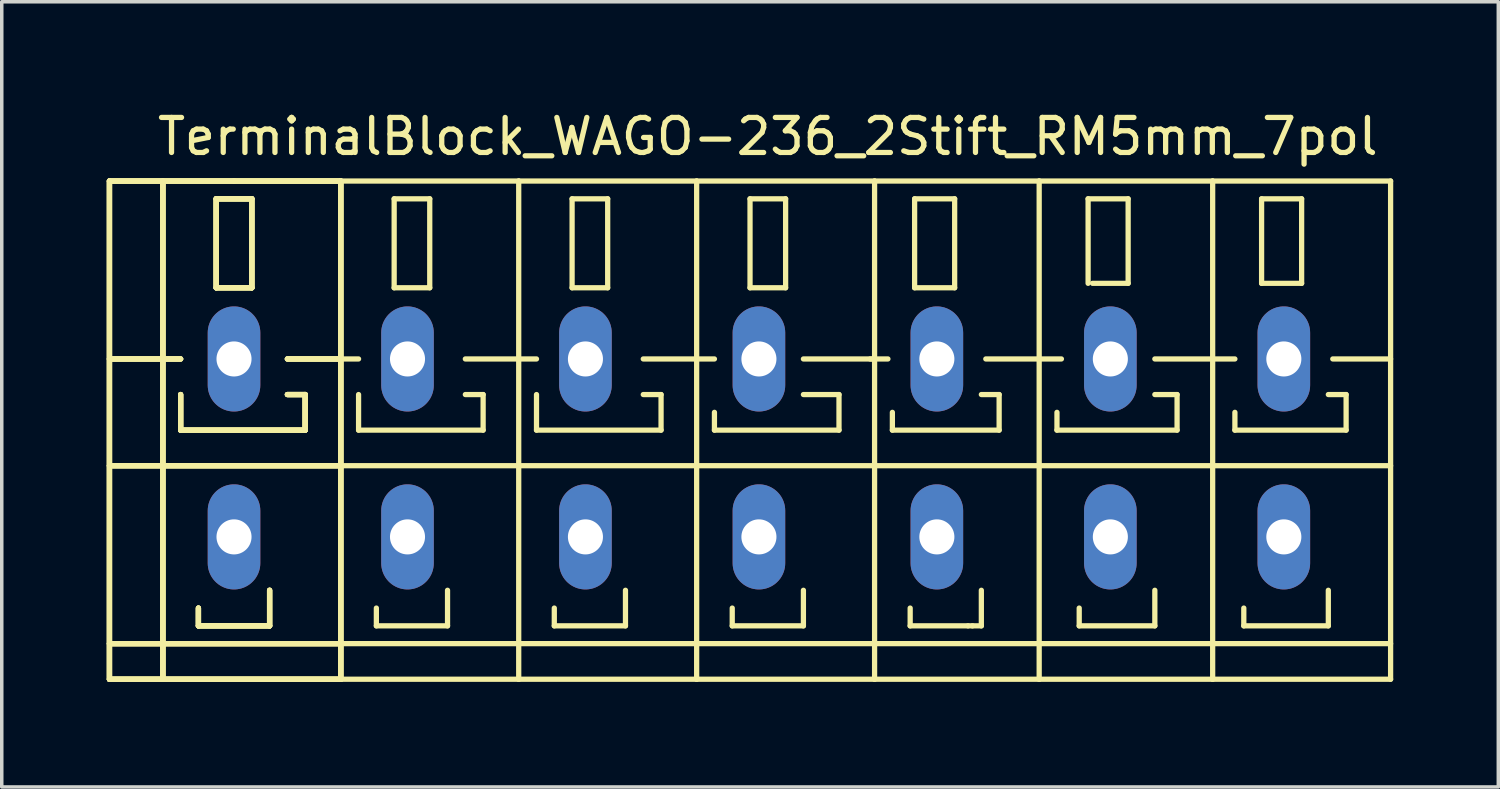
<source format=kicad_pcb>
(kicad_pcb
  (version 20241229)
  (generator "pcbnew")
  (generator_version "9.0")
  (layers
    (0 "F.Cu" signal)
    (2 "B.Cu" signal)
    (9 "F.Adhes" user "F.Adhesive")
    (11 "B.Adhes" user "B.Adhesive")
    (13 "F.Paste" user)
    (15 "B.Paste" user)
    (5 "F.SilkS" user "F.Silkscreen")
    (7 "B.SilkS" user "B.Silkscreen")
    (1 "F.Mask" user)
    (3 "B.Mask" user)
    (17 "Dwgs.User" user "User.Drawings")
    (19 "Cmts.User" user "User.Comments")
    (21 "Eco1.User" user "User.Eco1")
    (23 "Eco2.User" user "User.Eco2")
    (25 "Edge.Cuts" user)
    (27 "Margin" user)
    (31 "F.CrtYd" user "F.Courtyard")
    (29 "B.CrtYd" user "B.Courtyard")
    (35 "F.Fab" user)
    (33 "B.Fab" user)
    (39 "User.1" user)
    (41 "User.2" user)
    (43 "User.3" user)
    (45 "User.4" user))
  (footprint "TerminalBlock_WAGO-236_2Stift_RM5mm_7pol"
    (layer "F.Cu")
    (at 18.871 9.738)
    (property "Reference" "TerminalBlock_WAGO-236_2Stift_RM5mm_7pol" (at 0 -8.89 0) (layer "F.SilkS") (effects (font (size 1 1) (thickness 0.15))))
    (attr through_hole)
    (fp_line (start -18.796 -7.62) (end -17.272 -7.62) (stroke (width 0.15) (type solid)) (layer "F.SilkS"))
    (fp_line (start -18.796 -7.62) (end -17.272 -7.62) (stroke (width 0.15) (type solid)) (layer "F.SilkS"))
    (fp_line (start -18.796 -7.62) (end -17.272 -7.62) (stroke (width 0.15) (type solid)) (layer "F.SilkS"))
    (fp_line (start -18.796 -7.62) (end -17.272 -7.62) (stroke (width 0.15) (type solid)) (layer "F.SilkS"))
    (fp_line (start -18.796 -2.54) (end -16.764 -2.54) (stroke (width 0.15) (type solid)) (layer "F.SilkS"))
    (fp_line (start -18.796 -2.54) (end -16.764 -2.54) (stroke (width 0.15) (type solid)) (layer "F.SilkS"))
    (fp_line (start -18.796 -2.54) (end -16.764 -2.54) (stroke (width 0.15) (type solid)) (layer "F.SilkS"))
    (fp_line (start -18.796 -2.54) (end -16.764 -2.54) (stroke (width 0.15) (type solid)) (layer "F.SilkS"))
    (fp_line (start -18.796 0.508) (end -12.192 0.508) (stroke (width 0.15) (type solid)) (layer "F.SilkS"))
    (fp_line (start -18.796 0.508) (end -12.192 0.508) (stroke (width 0.15) (type solid)) (layer "F.SilkS"))
    (fp_line (start -18.796 0.508) (end -12.192 0.508) (stroke (width 0.15) (type solid)) (layer "F.SilkS"))
    (fp_line (start -18.796 0.508) (end -12.192 0.508) (stroke (width 0.15) (type solid)) (layer "F.SilkS"))
    (fp_line (start -18.796 5.588) (end -12.192 5.588) (stroke (width 0.15) (type solid)) (layer "F.SilkS"))
    (fp_line (start -18.796 5.588) (end -12.192 5.588) (stroke (width 0.15) (type solid)) (layer "F.SilkS"))
    (fp_line (start -18.796 5.588) (end -12.192 5.588) (stroke (width 0.15) (type solid)) (layer "F.SilkS"))
    (fp_line (start -18.796 5.588) (end -12.192 5.588) (stroke (width 0.15) (type solid)) (layer "F.SilkS"))
    (fp_line (start -18.796 6.604) (end -18.796 -7.62) (stroke (width 0.15) (type solid)) (layer "F.SilkS"))
    (fp_line (start -18.796 6.604) (end -18.796 -7.62) (stroke (width 0.15) (type solid)) (layer "F.SilkS"))
    (fp_line (start -18.796 6.604) (end -18.796 -7.62) (stroke (width 0.15) (type solid)) (layer "F.SilkS"))
    (fp_line (start -18.796 6.604) (end -18.796 -7.62) (stroke (width 0.15) (type solid)) (layer "F.SilkS"))
    (fp_line (start -17.272 -7.62) (end -15.24 -7.62) (stroke (width 0.15) (type solid)) (layer "F.SilkS"))
    (fp_line (start -17.272 -7.62) (end -15.24 -7.62) (stroke (width 0.15) (type solid)) (layer "F.SilkS"))
    (fp_line (start -17.272 -7.62) (end -15.24 -7.62) (stroke (width 0.15) (type solid)) (layer "F.SilkS"))
    (fp_line (start -17.272 -7.62) (end -15.24 -7.62) (stroke (width 0.15) (type solid)) (layer "F.SilkS"))
    (fp_line (start -17.272 6.604) (end -18.796 6.604) (stroke (width 0.15) (type solid)) (layer "F.SilkS"))
    (fp_line (start -17.272 6.604) (end -18.796 6.604) (stroke (width 0.15) (type solid)) (layer "F.SilkS"))
    (fp_line (start -17.272 6.604) (end -18.796 6.604) (stroke (width 0.15) (type solid)) (layer "F.SilkS"))
    (fp_line (start -17.272 6.604) (end -18.796 6.604) (stroke (width 0.15) (type solid)) (layer "F.SilkS"))
    (fp_line (start -17.272 6.604) (end -17.272 -7.62) (stroke (width 0.15) (type solid)) (layer "F.SilkS"))
    (fp_line (start -17.272 6.604) (end -17.272 -7.62) (stroke (width 0.15) (type solid)) (layer "F.SilkS"))
    (fp_line (start -17.272 6.604) (end -17.272 -7.62) (stroke (width 0.15) (type solid)) (layer "F.SilkS"))
    (fp_line (start -17.272 6.604) (end -17.272 -7.62) (stroke (width 0.15) (type solid)) (layer "F.SilkS"))
    (fp_line (start -16.764 -1.524) (end -16.764 -0.508) (stroke (width 0.15) (type solid)) (layer "F.SilkS"))
    (fp_line (start -16.764 -1.524) (end -16.764 -0.508) (stroke (width 0.15) (type solid)) (layer "F.SilkS"))
    (fp_line (start -16.764 -1.524) (end -16.764 -0.508) (stroke (width 0.15) (type solid)) (layer "F.SilkS"))
    (fp_line (start -16.764 -1.524) (end -16.764 -0.508) (stroke (width 0.15) (type solid)) (layer "F.SilkS"))
    (fp_line (start -16.764 -0.508) (end -13.208 -0.508) (stroke (width 0.15) (type solid)) (layer "F.SilkS"))
    (fp_line (start -16.764 -0.508) (end -13.208 -0.508) (stroke (width 0.15) (type solid)) (layer "F.SilkS"))
    (fp_line (start -16.764 -0.508) (end -13.208 -0.508) (stroke (width 0.15) (type solid)) (layer "F.SilkS"))
    (fp_line (start -16.764 -0.508) (end -13.208 -0.508) (stroke (width 0.15) (type solid)) (layer "F.SilkS"))
    (fp_line (start -16.256 4.572) (end -16.256 5.08) (stroke (width 0.15) (type solid)) (layer "F.SilkS"))
    (fp_line (start -16.256 4.572) (end -16.256 5.08) (stroke (width 0.15) (type solid)) (layer "F.SilkS"))
    (fp_line (start -16.256 4.572) (end -16.256 5.08) (stroke (width 0.15) (type solid)) (layer "F.SilkS"))
    (fp_line (start -16.256 4.572) (end -16.256 5.08) (stroke (width 0.15) (type solid)) (layer "F.SilkS"))
    (fp_line (start -16.256 5.08) (end -14.224 5.08) (stroke (width 0.15) (type solid)) (layer "F.SilkS"))
    (fp_line (start -16.256 5.08) (end -14.224 5.08) (stroke (width 0.15) (type solid)) (layer "F.SilkS"))
    (fp_line (start -16.256 5.08) (end -14.224 5.08) (stroke (width 0.15) (type solid)) (layer "F.SilkS"))
    (fp_line (start -16.256 5.08) (end -14.224 5.08) (stroke (width 0.15) (type solid)) (layer "F.SilkS"))
    (fp_line (start -15.748 -7.112) (end -14.732 -7.112) (stroke (width 0.15) (type solid)) (layer "F.SilkS"))
    (fp_line (start -15.748 -7.112) (end -14.732 -7.112) (stroke (width 0.15) (type solid)) (layer "F.SilkS"))
    (fp_line (start -15.748 -7.112) (end -14.732 -7.112) (stroke (width 0.15) (type solid)) (layer "F.SilkS"))
    (fp_line (start -15.748 -7.112) (end -14.732 -7.112) (stroke (width 0.15) (type solid)) (layer "F.SilkS"))
    (fp_line (start -15.748 -4.572) (end -15.748 -7.112) (stroke (width 0.15) (type solid)) (layer "F.SilkS"))
    (fp_line (start -15.748 -4.572) (end -15.748 -7.112) (stroke (width 0.15) (type solid)) (layer "F.SilkS"))
    (fp_line (start -15.748 -4.572) (end -15.748 -7.112) (stroke (width 0.15) (type solid)) (layer "F.SilkS"))
    (fp_line (start -15.748 -4.572) (end -15.748 -7.112) (stroke (width 0.15) (type solid)) (layer "F.SilkS"))
    (fp_line (start -15.24 -7.62) (end -12.192 -7.62) (stroke (width 0.15) (type solid)) (layer "F.SilkS"))
    (fp_line (start -15.24 -7.62) (end -12.192 -7.62) (stroke (width 0.15) (type solid)) (layer "F.SilkS"))
    (fp_line (start -15.24 -7.62) (end -12.192 -7.62) (stroke (width 0.15) (type solid)) (layer "F.SilkS"))
    (fp_line (start -15.24 -7.62) (end -12.192 -7.62) (stroke (width 0.15) (type solid)) (layer "F.SilkS"))
    (fp_line (start -14.732 -7.112) (end -14.732 -4.572) (stroke (width 0.15) (type solid)) (layer "F.SilkS"))
    (fp_line (start -14.732 -7.112) (end -14.732 -4.572) (stroke (width 0.15) (type solid)) (layer "F.SilkS"))
    (fp_line (start -14.732 -7.112) (end -14.732 -4.572) (stroke (width 0.15) (type solid)) (layer "F.SilkS"))
    (fp_line (start -14.732 -7.112) (end -14.732 -4.572) (stroke (width 0.15) (type solid)) (layer "F.SilkS"))
    (fp_line (start -14.732 -4.572) (end -15.748 -4.572) (stroke (width 0.15) (type solid)) (layer "F.SilkS"))
    (fp_line (start -14.732 -4.572) (end -15.748 -4.572) (stroke (width 0.15) (type solid)) (layer "F.SilkS"))
    (fp_line (start -14.732 -4.572) (end -15.748 -4.572) (stroke (width 0.15) (type solid)) (layer "F.SilkS"))
    (fp_line (start -14.732 -4.572) (end -15.748 -4.572) (stroke (width 0.15) (type solid)) (layer "F.SilkS"))
    (fp_line (start -14.224 5.08) (end -14.224 4.064) (stroke (width 0.15) (type solid)) (layer "F.SilkS"))
    (fp_line (start -14.224 5.08) (end -14.224 4.064) (stroke (width 0.15) (type solid)) (layer "F.SilkS"))
    (fp_line (start -14.224 5.08) (end -14.224 4.064) (stroke (width 0.15) (type solid)) (layer "F.SilkS"))
    (fp_line (start -14.224 5.08) (end -14.224 4.064) (stroke (width 0.15) (type solid)) (layer "F.SilkS"))
    (fp_line (start -13.716 -2.54) (end -12.192 -2.54) (stroke (width 0.15) (type solid)) (layer "F.SilkS"))
    (fp_line (start -13.716 -2.54) (end -12.192 -2.54) (stroke (width 0.15) (type solid)) (layer "F.SilkS"))
    (fp_line (start -13.716 -2.54) (end -12.192 -2.54) (stroke (width 0.15) (type solid)) (layer "F.SilkS"))
    (fp_line (start -13.716 -2.54) (end -12.192 -2.54) (stroke (width 0.15) (type solid)) (layer "F.SilkS"))
    (fp_line (start -13.208 -1.524) (end -13.716 -1.524) (stroke (width 0.15) (type solid)) (layer "F.SilkS"))
    (fp_line (start -13.208 -1.524) (end -13.716 -1.524) (stroke (width 0.15) (type solid)) (layer "F.SilkS"))
    (fp_line (start -13.208 -1.524) (end -13.716 -1.524) (stroke (width 0.15) (type solid)) (layer "F.SilkS"))
    (fp_line (start -13.208 -1.524) (end -13.716 -1.524) (stroke (width 0.15) (type solid)) (layer "F.SilkS"))
    (fp_line (start -13.208 -0.508) (end -13.208 -1.524) (stroke (width 0.15) (type solid)) (layer "F.SilkS"))
    (fp_line (start -13.208 -0.508) (end -13.208 -1.524) (stroke (width 0.15) (type solid)) (layer "F.SilkS"))
    (fp_line (start -13.208 -0.508) (end -13.208 -1.524) (stroke (width 0.15) (type solid)) (layer "F.SilkS"))
    (fp_line (start -13.208 -0.508) (end -13.208 -1.524) (stroke (width 0.15) (type solid)) (layer "F.SilkS"))
    (fp_line (start -12.192 -7.62) (end -12.192 6.604) (stroke (width 0.15) (type solid)) (layer "F.SilkS"))
    (fp_line (start -12.192 -7.62) (end -12.192 6.604) (stroke (width 0.15) (type solid)) (layer "F.SilkS"))
    (fp_line (start -12.192 -7.62) (end -12.192 6.604) (stroke (width 0.15) (type solid)) (layer "F.SilkS"))
    (fp_line (start -12.192 -7.62) (end -12.192 6.604) (stroke (width 0.15) (type solid)) (layer "F.SilkS"))
    (fp_line (start -12.192 -2.54) (end -11.684 -2.54) (stroke (width 0.15) (type solid)) (layer "F.SilkS"))
    (fp_line (start -12.192 0.508) (end -7.112 0.508) (stroke (width 0.15) (type solid)) (layer "F.SilkS"))
    (fp_line (start -12.192 5.588) (end -7.112 5.588) (stroke (width 0.15) (type solid)) (layer "F.SilkS"))
    (fp_line (start -12.192 6.604) (end -17.272 6.604) (stroke (width 0.15) (type solid)) (layer "F.SilkS"))
    (fp_line (start -12.192 6.604) (end -17.272 6.604) (stroke (width 0.15) (type solid)) (layer "F.SilkS"))
    (fp_line (start -12.192 6.604) (end -17.272 6.604) (stroke (width 0.15) (type solid)) (layer "F.SilkS"))
    (fp_line (start -12.192 6.604) (end -17.272 6.604) (stroke (width 0.15) (type solid)) (layer "F.SilkS"))
    (fp_line (start -12.192 6.604) (end -7.112 6.604) (stroke (width 0.15) (type solid)) (layer "F.SilkS"))
    (fp_line (start -11.684 -1.524) (end -11.684 -0.508) (stroke (width 0.15) (type solid)) (layer "F.SilkS"))
    (fp_line (start -11.684 -0.508) (end -8.128 -0.508) (stroke (width 0.15) (type solid)) (layer "F.SilkS"))
    (fp_line (start -11.176 4.572) (end -11.176 5.08) (stroke (width 0.15) (type solid)) (layer "F.SilkS"))
    (fp_line (start -11.176 5.08) (end -9.144 5.08) (stroke (width 0.15) (type solid)) (layer "F.SilkS"))
    (fp_line (start -10.668 -7.112) (end -10.668 -4.572) (stroke (width 0.15) (type solid)) (layer "F.SilkS"))
    (fp_line (start -10.668 -4.572) (end -9.652 -4.572) (stroke (width 0.15) (type solid)) (layer "F.SilkS"))
    (fp_line (start -9.652 -7.112) (end -10.668 -7.112) (stroke (width 0.15) (type solid)) (layer "F.SilkS"))
    (fp_line (start -9.652 -4.572) (end -9.652 -7.112) (stroke (width 0.15) (type solid)) (layer "F.SilkS"))
    (fp_line (start -9.144 5.08) (end -9.144 4.064) (stroke (width 0.15) (type solid)) (layer "F.SilkS"))
    (fp_line (start -8.636 -2.54) (end -7.112 -2.54) (stroke (width 0.15) (type solid)) (layer "F.SilkS"))
    (fp_line (start -8.128 -1.524) (end -8.636 -1.524) (stroke (width 0.15) (type solid)) (layer "F.SilkS"))
    (fp_line (start -8.128 -0.508) (end -8.128 -1.524) (stroke (width 0.15) (type solid)) (layer "F.SilkS"))
    (fp_line (start -7.112 -7.62) (end -12.192 -7.62) (stroke (width 0.15) (type solid)) (layer "F.SilkS"))
    (fp_line (start -7.112 -2.54) (end -6.604 -2.54) (stroke (width 0.15) (type solid)) (layer "F.SilkS"))
    (fp_line (start -7.112 0.508) (end -2.032 0.508) (stroke (width 0.15) (type solid)) (layer "F.SilkS"))
    (fp_line (start -7.112 5.588) (end -2.032 5.588) (stroke (width 0.15) (type solid)) (layer "F.SilkS"))
    (fp_line (start -7.112 6.604) (end -7.112 -7.62) (stroke (width 0.15) (type solid)) (layer "F.SilkS"))
    (fp_line (start -7.112 6.604) (end -2.032 6.604) (stroke (width 0.15) (type solid)) (layer "F.SilkS"))
    (fp_line (start -6.604 -1.524) (end -6.604 -0.508) (stroke (width 0.15) (type solid)) (layer "F.SilkS"))
    (fp_line (start -6.604 -0.508) (end -3.048 -0.508) (stroke (width 0.15) (type solid)) (layer "F.SilkS"))
    (fp_line (start -6.096 4.572) (end -6.096 5.08) (stroke (width 0.15) (type solid)) (layer "F.SilkS"))
    (fp_line (start -6.096 5.08) (end -4.064 5.08) (stroke (width 0.15) (type solid)) (layer "F.SilkS"))
    (fp_line (start -5.588 -7.112) (end -5.588 -4.572) (stroke (width 0.15) (type solid)) (layer "F.SilkS"))
    (fp_line (start -5.588 -4.572) (end -4.572 -4.572) (stroke (width 0.15) (type solid)) (layer "F.SilkS"))
    (fp_line (start -4.572 -7.112) (end -5.588 -7.112) (stroke (width 0.15) (type solid)) (layer "F.SilkS"))
    (fp_line (start -4.572 -4.572) (end -4.572 -7.112) (stroke (width 0.15) (type solid)) (layer "F.SilkS"))
    (fp_line (start -4.064 5.08) (end -4.064 4.064) (stroke (width 0.15) (type solid)) (layer "F.SilkS"))
    (fp_line (start -3.556 -2.54) (end -2.032 -2.54) (stroke (width 0.15) (type solid)) (layer "F.SilkS"))
    (fp_line (start -3.048 -1.524) (end -3.556 -1.524) (stroke (width 0.15) (type solid)) (layer "F.SilkS"))
    (fp_line (start -3.048 -0.508) (end -3.048 -1.524) (stroke (width 0.15) (type solid)) (layer "F.SilkS"))
    (fp_line (start -2.032 -7.62) (end -7.112 -7.62) (stroke (width 0.15) (type solid)) (layer "F.SilkS"))
    (fp_line (start -2.032 -2.54) (end -1.524 -2.54) (stroke (width 0.15) (type solid)) (layer "F.SilkS"))
    (fp_line (start -2.032 0.508) (end 3.048 0.508) (stroke (width 0.15) (type solid)) (layer "F.SilkS"))
    (fp_line (start -2.032 5.588) (end 3.048 5.588) (stroke (width 0.15) (type solid)) (layer "F.SilkS"))
    (fp_line (start -2.032 6.604) (end -2.032 -7.62) (stroke (width 0.15) (type solid)) (layer "F.SilkS"))
    (fp_line (start -2.032 6.604) (end 3.048 6.604) (stroke (width 0.15) (type solid)) (layer "F.SilkS"))
    (fp_line (start -1.524 -1.016) (end -1.524 -0.508) (stroke (width 0.15) (type solid)) (layer "F.SilkS"))
    (fp_line (start -1.524 -0.508) (end 2.032 -0.508) (stroke (width 0.15) (type solid)) (layer "F.SilkS"))
    (fp_line (start -1.016 4.572) (end -1.016 5.08) (stroke (width 0.15) (type solid)) (layer "F.SilkS"))
    (fp_line (start -1.016 5.08) (end 1.016 5.08) (stroke (width 0.15) (type solid)) (layer "F.SilkS"))
    (fp_line (start -0.508 -7.112) (end -0.508 -4.572) (stroke (width 0.15) (type solid)) (layer "F.SilkS"))
    (fp_line (start -0.508 -4.572) (end 0.508 -4.572) (stroke (width 0.15) (type solid)) (layer "F.SilkS"))
    (fp_line (start 0.508 -7.112) (end -0.508 -7.112) (stroke (width 0.15) (type solid)) (layer "F.SilkS"))
    (fp_line (start 0.508 -4.572) (end 0.508 -7.112) (stroke (width 0.15) (type solid)) (layer "F.SilkS"))
    (fp_line (start 1.016 -2.54) (end 3.048 -2.54) (stroke (width 0.15) (type solid)) (layer "F.SilkS"))
    (fp_line (start 1.016 5.08) (end 1.016 4.064) (stroke (width 0.15) (type solid)) (layer "F.SilkS"))
    (fp_line (start 2.032 -1.524) (end 1.016 -1.524) (stroke (width 0.15) (type solid)) (layer "F.SilkS"))
    (fp_line (start 2.032 -0.508) (end 2.032 -1.524) (stroke (width 0.15) (type solid)) (layer "F.SilkS"))
    (fp_line (start 2.921 -2.54) (end 3.429 -2.54) (stroke (width 0.15) (type solid)) (layer "F.SilkS"))
    (fp_line (start 3.048 -7.62) (end -2.032 -7.62) (stroke (width 0.15) (type solid)) (layer "F.SilkS"))
    (fp_line (start 3.048 0.508) (end 7.747 0.508) (stroke (width 0.15) (type solid)) (layer "F.SilkS"))
    (fp_line (start 3.048 5.588) (end 7.747 5.588) (stroke (width 0.15) (type solid)) (layer "F.SilkS"))
    (fp_line (start 3.048 6.604) (end 3.048 -7.62) (stroke (width 0.15) (type solid)) (layer "F.SilkS"))
    (fp_line (start 3.048 6.604) (end 7.747 6.604) (stroke (width 0.15) (type solid)) (layer "F.SilkS"))
    (fp_line (start 3.556 -1.016) (end 3.556 -0.508) (stroke (width 0.15) (type solid)) (layer "F.SilkS"))
    (fp_line (start 3.556 -0.508) (end 6.604 -0.508) (stroke (width 0.15) (type solid)) (layer "F.SilkS"))
    (fp_line (start 4.064 4.572) (end 4.064 5.08) (stroke (width 0.15) (type solid)) (layer "F.SilkS"))
    (fp_line (start 4.064 5.08) (end 5.715 5.08) (stroke (width 0.15) (type solid)) (layer "F.SilkS"))
    (fp_line (start 4.191 -7.112) (end 5.334 -7.112) (stroke (width 0.15) (type solid)) (layer "F.SilkS"))
    (fp_line (start 4.191 -4.572) (end 4.191 -7.112) (stroke (width 0.15) (type solid)) (layer "F.SilkS"))
    (fp_line (start 5.334 -7.112) (end 5.334 -4.572) (stroke (width 0.15) (type solid)) (layer "F.SilkS"))
    (fp_line (start 5.334 -4.572) (end 4.191 -4.572) (stroke (width 0.15) (type solid)) (layer "F.SilkS"))
    (fp_line (start 5.715 5.08) (end 5.842 5.08) (stroke (width 0.15) (type solid)) (layer "F.SilkS"))
    (fp_line (start 5.842 5.08) (end 6.096 5.08) (stroke (width 0.15) (type solid)) (layer "F.SilkS"))
    (fp_line (start 6.096 5.08) (end 6.096 4.064) (stroke (width 0.15) (type solid)) (layer "F.SilkS"))
    (fp_line (start 6.223 -2.54) (end 7.747 -2.54) (stroke (width 0.15) (type solid)) (layer "F.SilkS"))
    (fp_line (start 6.604 -1.524) (end 6.096 -1.524) (stroke (width 0.15) (type solid)) (layer "F.SilkS"))
    (fp_line (start 6.604 -0.508) (end 6.604 -1.524) (stroke (width 0.15) (type solid)) (layer "F.SilkS"))
    (fp_line (start 7.747 -7.62) (end 3.048 -7.62) (stroke (width 0.15) (type solid)) (layer "F.SilkS"))
    (fp_line (start 7.747 -2.54) (end 8.382 -2.54) (stroke (width 0.15) (type solid)) (layer "F.SilkS"))
    (fp_line (start 7.747 0.508) (end 12.7 0.508) (stroke (width 0.15) (type solid)) (layer "F.SilkS"))
    (fp_line (start 7.747 5.588) (end 12.7 5.588) (stroke (width 0.15) (type solid)) (layer "F.SilkS"))
    (fp_line (start 7.747 6.604) (end 7.747 -7.62) (stroke (width 0.15) (type solid)) (layer "F.SilkS"))
    (fp_line (start 7.747 6.604) (end 12.7 6.604) (stroke (width 0.15) (type solid)) (layer "F.SilkS"))
    (fp_line (start 8.255 -1.016) (end 8.255 -0.508) (stroke (width 0.15) (type solid)) (layer "F.SilkS"))
    (fp_line (start 8.255 -0.508) (end 11.684 -0.508) (stroke (width 0.15) (type solid)) (layer "F.SilkS"))
    (fp_line (start 8.89 4.572) (end 8.89 5.08) (stroke (width 0.15) (type solid)) (layer "F.SilkS"))
    (fp_line (start 8.89 5.08) (end 11.049 5.08) (stroke (width 0.15) (type solid)) (layer "F.SilkS"))
    (fp_line (start 9.144 -7.112) (end 9.144 -4.699) (stroke (width 0.15) (type solid)) (layer "F.SilkS"))
    (fp_line (start 9.271 -4.699) (end 10.287 -4.699) (stroke (width 0.15) (type solid)) (layer "F.SilkS"))
    (fp_line (start 10.287 -7.112) (end 9.144 -7.112) (stroke (width 0.15) (type solid)) (layer "F.SilkS"))
    (fp_line (start 10.287 -4.699) (end 10.287 -7.112) (stroke (width 0.15) (type solid)) (layer "F.SilkS"))
    (fp_line (start 11.049 -2.54) (end 12.7 -2.54) (stroke (width 0.15) (type solid)) (layer "F.SilkS"))
    (fp_line (start 11.049 5.08) (end 11.049 4.064) (stroke (width 0.15) (type solid)) (layer "F.SilkS"))
    (fp_line (start 11.684 -1.524) (end 11.049 -1.524) (stroke (width 0.15) (type solid)) (layer "F.SilkS"))
    (fp_line (start 11.684 -0.508) (end 11.684 -1.524) (stroke (width 0.15) (type solid)) (layer "F.SilkS"))
    (fp_line (start 12.7 -7.62) (end 7.747 -7.62) (stroke (width 0.15) (type solid)) (layer "F.SilkS"))
    (fp_line (start 12.7 -2.54) (end 13.335 -2.54) (stroke (width 0.15) (type solid)) (layer "F.SilkS"))
    (fp_line (start 12.7 0.508) (end 17.78 0.508) (stroke (width 0.15) (type solid)) (layer "F.SilkS"))
    (fp_line (start 12.7 5.588) (end 17.78 5.588) (stroke (width 0.15) (type solid)) (layer "F.SilkS"))
    (fp_line (start 12.7 6.604) (end 12.7 -7.62) (stroke (width 0.15) (type solid)) (layer "F.SilkS"))
    (fp_line (start 12.7 6.604) (end 17.78 6.604) (stroke (width 0.15) (type solid)) (layer "F.SilkS"))
    (fp_line (start 13.335 -1.016) (end 13.335 -0.508) (stroke (width 0.15) (type solid)) (layer "F.SilkS"))
    (fp_line (start 13.335 -0.508) (end 16.51 -0.508) (stroke (width 0.15) (type solid)) (layer "F.SilkS"))
    (fp_line (start 13.589 4.572) (end 13.589 5.08) (stroke (width 0.15) (type solid)) (layer "F.SilkS"))
    (fp_line (start 13.589 5.08) (end 16.002 5.08) (stroke (width 0.15) (type solid)) (layer "F.SilkS"))
    (fp_line (start 14.097 -7.112) (end 14.097 -4.699) (stroke (width 0.15) (type solid)) (layer "F.SilkS"))
    (fp_line (start 14.097 -4.699) (end 15.24 -4.699) (stroke (width 0.15) (type solid)) (layer "F.SilkS"))
    (fp_line (start 15.24 -7.112) (end 14.097 -7.112) (stroke (width 0.15) (type solid)) (layer "F.SilkS"))
    (fp_line (start 15.24 -4.699) (end 15.24 -7.112) (stroke (width 0.15) (type solid)) (layer "F.SilkS"))
    (fp_line (start 16.002 5.08) (end 16.002 4.064) (stroke (width 0.15) (type solid)) (layer "F.SilkS"))
    (fp_line (start 16.129 -2.54) (end 17.78 -2.54) (stroke (width 0.15) (type solid)) (layer "F.SilkS"))
    (fp_line (start 16.51 -1.524) (end 16.002 -1.524) (stroke (width 0.15) (type solid)) (layer "F.SilkS"))
    (fp_line (start 16.51 -0.508) (end 16.51 -1.524) (stroke (width 0.15) (type solid)) (layer "F.SilkS"))
    (fp_line (start 17.78 -7.62) (end 12.7 -7.62) (stroke (width 0.15) (type solid)) (layer "F.SilkS"))
    (fp_line (start 17.78 6.604) (end 17.78 -7.62) (stroke (width 0.15) (type solid)) (layer "F.SilkS"))
    (pad "1" thru_hole oval (at -15.24 -2.54 90) (size 3 1.501) (drill 1.001) (layers "*.Cu" "*.Mask"))
    (pad "1" thru_hole oval (at -15.24 2.54 90) (size 3 1.501) (drill 1.001) (layers "*.Cu" "*.Mask"))
    (pad "2" thru_hole oval (at -10.287 -2.54 90) (size 3 1.501) (drill 1.001) (layers "*.Cu" "*.Mask"))
    (pad "2" thru_hole oval (at -10.287 2.54 90) (size 3 1.501) (drill 1.001) (layers "*.Cu" "*.Mask"))
    (pad "3" thru_hole oval (at -5.207 -2.54 90) (size 3 1.501) (drill 1.001) (layers "*.Cu" "*.Mask"))
    (pad "3" thru_hole oval (at -5.207 2.54 90) (size 3 1.501) (drill 1.001) (layers "*.Cu" "*.Mask"))
    (pad "4" thru_hole oval (at -0.254 -2.54 90) (size 3 1.501) (drill 1.001) (layers "*.Cu" "*.Mask"))
    (pad "4" thru_hole oval (at -0.254 2.54 90) (size 3 1.501) (drill 1.001) (layers "*.Cu" "*.Mask"))
    (pad "5" thru_hole oval (at 4.826 -2.54 90) (size 3 1.501) (drill 1.001) (layers "*.Cu" "*.Mask"))
    (pad "5" thru_hole oval (at 4.826 2.54 90) (size 3 1.501) (drill 1.001) (layers "*.Cu" "*.Mask"))
    (pad "6" thru_hole oval (at 9.779 -2.54 90) (size 3 1.501) (drill 1.001) (layers "*.Cu" "*.Mask"))
    (pad "6" thru_hole oval (at 9.779 2.54 90) (size 3 1.501) (drill 1.001) (layers "*.Cu" "*.Mask"))
    (pad "7" thru_hole oval (at 14.732 -2.54 90) (size 3 1.501) (drill 1.001) (layers "*.Cu" "*.Mask"))
    (pad "7" thru_hole oval (at 14.732 2.54 90) (size 3 1.501) (drill 1.001) (layers "*.Cu" "*.Mask")))
  (gr_rect
    (start -3 -3)
    (end 39.726 19.417)
    (stroke (width 0.1) (type default))
    (fill no)
    (layer "Edge.Cuts")))
</source>
